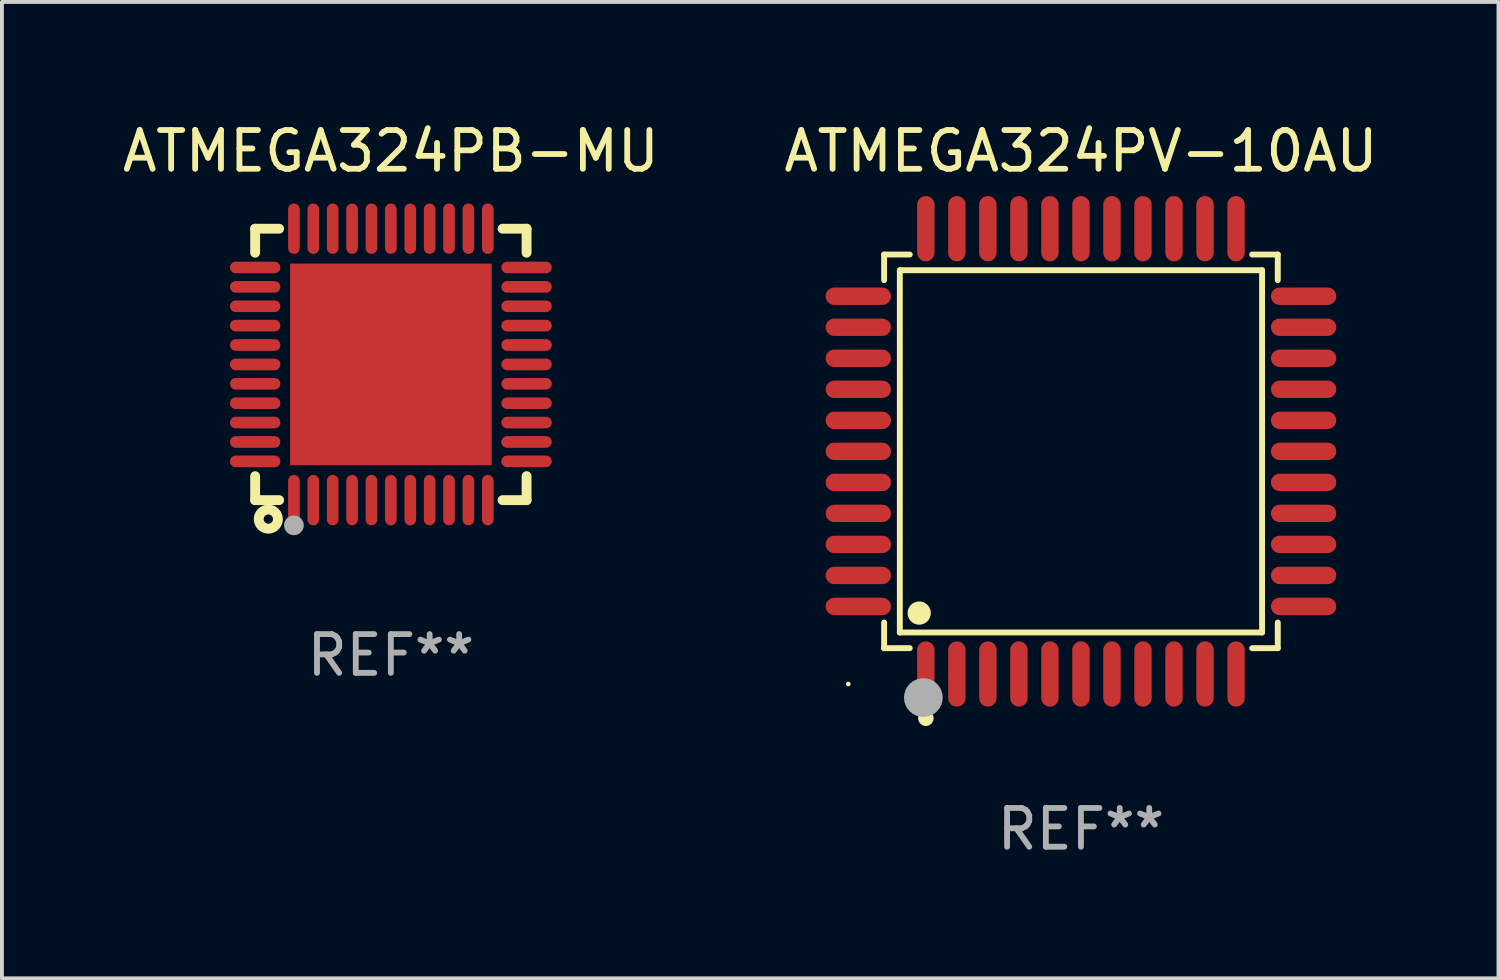
<source format=kicad_pcb>
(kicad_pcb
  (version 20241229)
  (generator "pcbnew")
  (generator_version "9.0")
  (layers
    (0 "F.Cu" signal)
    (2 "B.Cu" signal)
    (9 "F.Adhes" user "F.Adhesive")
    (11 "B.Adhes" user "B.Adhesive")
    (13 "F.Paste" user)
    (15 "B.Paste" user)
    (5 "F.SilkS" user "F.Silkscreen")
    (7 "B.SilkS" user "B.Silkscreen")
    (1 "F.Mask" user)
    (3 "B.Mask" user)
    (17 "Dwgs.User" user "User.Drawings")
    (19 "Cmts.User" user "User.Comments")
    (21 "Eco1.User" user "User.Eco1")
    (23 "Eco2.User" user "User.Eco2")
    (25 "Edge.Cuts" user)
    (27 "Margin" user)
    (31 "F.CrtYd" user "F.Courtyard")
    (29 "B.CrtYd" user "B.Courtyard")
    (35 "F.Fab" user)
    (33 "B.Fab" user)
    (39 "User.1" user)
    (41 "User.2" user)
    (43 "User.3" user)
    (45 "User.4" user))
  (footprint "ATMEGA324PB-MU"
    (layer "F.Cu")
    (at 7.03 6.348)
    (property "Reference" "ATMEGA324PB-MU" (at 0 -5.5 0) (layer "F.SilkS") (effects (font (size 1 1) (thickness 0.15))))
    (attr through_hole)
    (fp_line (start -3.5 -3.5) (end -2.881 -3.5) (stroke (width 0.254) (type solid)) (layer "F.SilkS"))
    (fp_line (start -3.5 -2.881) (end -3.5 -3.5) (stroke (width 0.254) (type solid)) (layer "F.SilkS"))
    (fp_line (start -3.5 3.5) (end -3.5 2.881) (stroke (width 0.254) (type solid)) (layer "F.SilkS"))
    (fp_line (start -2.881 3.5) (end -3.5 3.5) (stroke (width 0.254) (type solid)) (layer "F.SilkS"))
    (fp_line (start 2.881 -3.5) (end 3.5 -3.5) (stroke (width 0.254) (type solid)) (layer "F.SilkS"))
    (fp_line (start 3.5 -3.5) (end 3.5 -2.881) (stroke (width 0.254) (type solid)) (layer "F.SilkS"))
    (fp_line (start 3.5 2.881) (end 3.5 3.5) (stroke (width 0.254) (type solid)) (layer "F.SilkS"))
    (fp_line (start 3.5 3.5) (end 2.881 3.5) (stroke (width 0.254) (type solid)) (layer "F.SilkS"))
    (fp_circle (center -3.5 3.5) (end -3.47 3.5) (stroke (width 0.06) (type solid)) (fill no) (layer "F.SilkS"))
    (fp_circle (center -3.16 3.99) (end -3.04 3.99) (stroke (width 0.254) (type solid)) (fill no) (layer "F.SilkS"))
    (fp_circle (center -2.5 4.15) (end -2.373 4.15) (stroke (width 0.254) (type solid)) (fill no) (layer "F.Fab"))
    (fp_text user "REF**" (at 0 7.5 0) (layer "F.Fab") (effects (font (size 1 1) (thickness 0.15))))
    (pad "1" smd oval (at -2.5 3.5 90) (size 1.3 0.3) (layers "F.Cu" "F.Mask" "F.Paste"))
    (pad "2" smd oval (at -2 3.5 90) (size 1.3 0.3) (layers "F.Cu" "F.Mask" "F.Paste"))
    (pad "3" smd oval (at -1.5 3.5 90) (size 1.3 0.3) (layers "F.Cu" "F.Mask" "F.Paste"))
    (pad "4" smd oval (at -1 3.5 90) (size 1.3 0.3) (layers "F.Cu" "F.Mask" "F.Paste"))
    (pad "5" smd oval (at -0.5 3.5 90) (size 1.3 0.3) (layers "F.Cu" "F.Mask" "F.Paste"))
    (pad "6" smd oval (at -0.000127 3.5 90) (size 1.3 0.3) (layers "F.Cu" "F.Mask" "F.Paste"))
    (pad "7" smd oval (at 0.5 3.5 90) (size 1.3 0.3) (layers "F.Cu" "F.Mask" "F.Paste"))
    (pad "8" smd oval (at 1 3.5 90) (size 1.3 0.3) (layers "F.Cu" "F.Mask" "F.Paste"))
    (pad "9" smd oval (at 1.5 3.5 90) (size 1.3 0.3) (layers "F.Cu" "F.Mask" "F.Paste"))
    (pad "10" smd oval (at 2 3.5 90) (size 1.3 0.3) (layers "F.Cu" "F.Mask" "F.Paste"))
    (pad "11" smd oval (at 2.5 3.5 90) (size 1.3 0.3) (layers "F.Cu" "F.Mask" "F.Paste"))
    (pad "12" smd oval (at 3.5 2.5 90) (size 0.3 1.3) (layers "F.Cu" "F.Mask" "F.Paste"))
    (pad "13" smd oval (at 3.5 2 90) (size 0.3 1.3) (layers "F.Cu" "F.Mask" "F.Paste"))
    (pad "14" smd oval (at 3.5 1.5 90) (size 0.3 1.3) (layers "F.Cu" "F.Mask" "F.Paste"))
    (pad "15" smd oval (at 3.5 1 90) (size 0.3 1.3) (layers "F.Cu" "F.Mask" "F.Paste"))
    (pad "16" smd oval (at 3.5 0.5 90) (size 0.3 1.3) (layers "F.Cu" "F.Mask" "F.Paste"))
    (pad "17" smd oval (at 3.5 0.000127 90) (size 0.3 1.3) (layers "F.Cu" "F.Mask" "F.Paste"))
    (pad "18" smd oval (at 3.5 -0.5 90) (size 0.3 1.3) (layers "F.Cu" "F.Mask" "F.Paste"))
    (pad "19" smd oval (at 3.5 -1 90) (size 0.3 1.3) (layers "F.Cu" "F.Mask" "F.Paste"))
    (pad "20" smd oval (at 3.5 -1.5 90) (size 0.3 1.3) (layers "F.Cu" "F.Mask" "F.Paste"))
    (pad "21" smd oval (at 3.5 -2 90) (size 0.3 1.3) (layers "F.Cu" "F.Mask" "F.Paste"))
    (pad "22" smd oval (at 3.5 -2.5 90) (size 0.3 1.3) (layers "F.Cu" "F.Mask" "F.Paste"))
    (pad "23" smd oval (at 2.5 -3.5 90) (size 1.3 0.3) (layers "F.Cu" "F.Mask" "F.Paste"))
    (pad "24" smd oval (at 2 -3.5 90) (size 1.3 0.3) (layers "F.Cu" "F.Mask" "F.Paste"))
    (pad "25" smd oval (at 1.5 -3.5 90) (size 1.3 0.3) (layers "F.Cu" "F.Mask" "F.Paste"))
    (pad "26" smd oval (at 1 -3.5 90) (size 1.3 0.3) (layers "F.Cu" "F.Mask" "F.Paste"))
    (pad "27" smd oval (at 0.5 -3.5 90) (size 1.3 0.3) (layers "F.Cu" "F.Mask" "F.Paste"))
    (pad "28" smd oval (at -0.000127 -3.5 90) (size 1.3 0.3) (layers "F.Cu" "F.Mask" "F.Paste"))
    (pad "29" smd oval (at -0.5 -3.5 90) (size 1.3 0.3) (layers "F.Cu" "F.Mask" "F.Paste"))
    (pad "30" smd oval (at -1 -3.5 90) (size 1.3 0.3) (layers "F.Cu" "F.Mask" "F.Paste"))
    (pad "31" smd oval (at -1.5 -3.5 90) (size 1.3 0.3) (layers "F.Cu" "F.Mask" "F.Paste"))
    (pad "32" smd oval (at -2 -3.5 90) (size 1.3 0.3) (layers "F.Cu" "F.Mask" "F.Paste"))
    (pad "33" smd oval (at -2.5 -3.5 90) (size 1.3 0.3) (layers "F.Cu" "F.Mask" "F.Paste"))
    (pad "34" smd oval (at -3.5 -2.5 90) (size 0.3 1.3) (layers "F.Cu" "F.Mask" "F.Paste"))
    (pad "35" smd oval (at -3.5 -2 90) (size 0.3 1.3) (layers "F.Cu" "F.Mask" "F.Paste"))
    (pad "36" smd oval (at -3.5 -1.5 90) (size 0.3 1.3) (layers "F.Cu" "F.Mask" "F.Paste"))
    (pad "37" smd oval (at -3.5 -1 90) (size 0.3 1.3) (layers "F.Cu" "F.Mask" "F.Paste"))
    (pad "38" smd oval (at -3.5 -0.5 90) (size 0.3 1.3) (layers "F.Cu" "F.Mask" "F.Paste"))
    (pad "39" smd oval (at -3.5 0.000127 90) (size 0.3 1.3) (layers "F.Cu" "F.Mask" "F.Paste"))
    (pad "40" smd oval (at -3.5 0.5 90) (size 0.3 1.3) (layers "F.Cu" "F.Mask" "F.Paste"))
    (pad "41" smd oval (at -3.5 1 90) (size 0.3 1.3) (layers "F.Cu" "F.Mask" "F.Paste"))
    (pad "42" smd oval (at -3.5 1.5 90) (size 0.3 1.3) (layers "F.Cu" "F.Mask" "F.Paste"))
    (pad "43" smd oval (at -3.5 2 90) (size 0.3 1.3) (layers "F.Cu" "F.Mask" "F.Paste"))
    (pad "44" smd oval (at -3.5 2.5 90) (size 0.3 1.3) (layers "F.Cu" "F.Mask" "F.Paste"))
    (pad "45" smd rect (at -0.000127 0.000127 90) (size 5.2 5.2) (layers "F.Cu" "F.Mask" "F.Paste")))
  (footprint "ATMEGA324PV-10AU"
    (layer "F.Cu")
    (at 24.827 8.59)
    (property "Reference" "ATMEGA324PV-10AU" (at 0 -7.742 0) (layer "F.SilkS") (effects (font (size 1 1) (thickness 0.15))))
    (attr through_hole)
    (fp_line (start -5.076 -5.076) (end -4.415 -5.076) (stroke (width 0.152) (type solid)) (layer "F.SilkS"))
    (fp_line (start -5.076 -4.415) (end -5.076 -5.076) (stroke (width 0.152) (type solid)) (layer "F.SilkS"))
    (fp_line (start -5.076 4.415) (end -5.076 5.076) (stroke (width 0.152) (type solid)) (layer "F.SilkS"))
    (fp_line (start -5.076 5.076) (end -4.415 5.076) (stroke (width 0.152) (type solid)) (layer "F.SilkS"))
    (fp_line (start -4.671 -4.671) (end 4.671 -4.671) (stroke (width 0.152) (type solid)) (layer "F.SilkS"))
    (fp_line (start -4.671 4.671) (end -4.671 -4.671) (stroke (width 0.152) (type solid)) (layer "F.SilkS"))
    (fp_line (start 4.671 -4.671) (end 4.671 4.671) (stroke (width 0.152) (type solid)) (layer "F.SilkS"))
    (fp_line (start 4.671 4.671) (end -4.671 4.671) (stroke (width 0.152) (type solid)) (layer "F.SilkS"))
    (fp_line (start 5.076 -5.076) (end 4.415 -5.076) (stroke (width 0.152) (type solid)) (layer "F.SilkS"))
    (fp_line (start 5.076 -4.415) (end 5.076 -5.076) (stroke (width 0.152) (type solid)) (layer "F.SilkS"))
    (fp_line (start 5.076 4.415) (end 5.076 5.076) (stroke (width 0.152) (type solid)) (layer "F.SilkS"))
    (fp_line (start 5.076 5.076) (end 4.415 5.076) (stroke (width 0.152) (type solid)) (layer "F.SilkS"))
    (fp_circle (center -6 6) (end -5.97 6) (stroke (width 0.06) (type solid)) (fill no) (layer "F.SilkS"))
    (fp_circle (center -4.171 4.171) (end -4.021 4.171) (stroke (width 0.3) (type solid)) (fill no) (layer "F.SilkS"))
    (fp_circle (center -4 6.884) (end -3.9 6.884) (stroke (width 0.2) (type solid)) (fill no) (layer "F.SilkS"))
    (fp_circle (center -4.064 6.35) (end -3.814 6.35) (stroke (width 0.5) (type solid)) (fill no) (layer "F.Fab"))
    (fp_text user "REF**" (at 0 9.742 0) (layer "F.Fab") (effects (font (size 1 1) (thickness 0.15))))
    (pad "1" smd oval (at -4 5.742) (size 0.448 1.684) (layers "F.Cu" "F.Mask" "F.Paste"))
    (pad "2" smd oval (at -3.2 5.742) (size 0.448 1.684) (layers "F.Cu" "F.Mask" "F.Paste"))
    (pad "3" smd oval (at -2.4 5.742) (size 0.448 1.684) (layers "F.Cu" "F.Mask" "F.Paste"))
    (pad "4" smd oval (at -1.6 5.742) (size 0.448 1.684) (layers "F.Cu" "F.Mask" "F.Paste"))
    (pad "5" smd oval (at -0.8 5.742) (size 0.448 1.684) (layers "F.Cu" "F.Mask" "F.Paste"))
    (pad "6" smd oval (at 0 5.742) (size 0.448 1.684) (layers "F.Cu" "F.Mask" "F.Paste"))
    (pad "7" smd oval (at 0.8 5.742) (size 0.448 1.684) (layers "F.Cu" "F.Mask" "F.Paste"))
    (pad "8" smd oval (at 1.6 5.742) (size 0.448 1.684) (layers "F.Cu" "F.Mask" "F.Paste"))
    (pad "9" smd oval (at 2.4 5.742) (size 0.448 1.684) (layers "F.Cu" "F.Mask" "F.Paste"))
    (pad "10" smd oval (at 3.2 5.742) (size 0.448 1.684) (layers "F.Cu" "F.Mask" "F.Paste"))
    (pad "11" smd oval (at 4 5.742) (size 0.448 1.684) (layers "F.Cu" "F.Mask" "F.Paste"))
    (pad "12" smd oval (at 5.742 4) (size 1.684 0.448) (layers "F.Cu" "F.Mask" "F.Paste"))
    (pad "13" smd oval (at 5.742 3.2) (size 1.684 0.448) (layers "F.Cu" "F.Mask" "F.Paste"))
    (pad "14" smd oval (at 5.742 2.4) (size 1.684 0.448) (layers "F.Cu" "F.Mask" "F.Paste"))
    (pad "15" smd oval (at 5.742 1.6) (size 1.684 0.448) (layers "F.Cu" "F.Mask" "F.Paste"))
    (pad "16" smd oval (at 5.742 0.8) (size 1.684 0.448) (layers "F.Cu" "F.Mask" "F.Paste"))
    (pad "17" smd oval (at 5.742 0) (size 1.684 0.448) (layers "F.Cu" "F.Mask" "F.Paste"))
    (pad "18" smd oval (at 5.742 -0.8) (size 1.684 0.448) (layers "F.Cu" "F.Mask" "F.Paste"))
    (pad "19" smd oval (at 5.742 -1.6) (size 1.684 0.448) (layers "F.Cu" "F.Mask" "F.Paste"))
    (pad "20" smd oval (at 5.742 -2.4) (size 1.684 0.448) (layers "F.Cu" "F.Mask" "F.Paste"))
    (pad "21" smd oval (at 5.742 -3.2) (size 1.684 0.448) (layers "F.Cu" "F.Mask" "F.Paste"))
    (pad "22" smd oval (at 5.742 -4) (size 1.684 0.448) (layers "F.Cu" "F.Mask" "F.Paste"))
    (pad "23" smd oval (at 4 -5.742) (size 0.448 1.684) (layers "F.Cu" "F.Mask" "F.Paste"))
    (pad "24" smd oval (at 3.2 -5.742) (size 0.448 1.684) (layers "F.Cu" "F.Mask" "F.Paste"))
    (pad "25" smd oval (at 2.4 -5.742) (size 0.448 1.684) (layers "F.Cu" "F.Mask" "F.Paste"))
    (pad "26" smd oval (at 1.6 -5.742) (size 0.448 1.684) (layers "F.Cu" "F.Mask" "F.Paste"))
    (pad "27" smd oval (at 0.8 -5.742) (size 0.448 1.684) (layers "F.Cu" "F.Mask" "F.Paste"))
    (pad "28" smd oval (at 0 -5.742) (size 0.448 1.684) (layers "F.Cu" "F.Mask" "F.Paste"))
    (pad "29" smd oval (at -0.8 -5.742) (size 0.448 1.684) (layers "F.Cu" "F.Mask" "F.Paste"))
    (pad "30" smd oval (at -1.6 -5.742) (size 0.448 1.684) (layers "F.Cu" "F.Mask" "F.Paste"))
    (pad "31" smd oval (at -2.4 -5.742) (size 0.448 1.684) (layers "F.Cu" "F.Mask" "F.Paste"))
    (pad "32" smd oval (at -3.2 -5.742) (size 0.448 1.684) (layers "F.Cu" "F.Mask" "F.Paste"))
    (pad "33" smd oval (at -4 -5.742) (size 0.448 1.684) (layers "F.Cu" "F.Mask" "F.Paste"))
    (pad "34" smd oval (at -5.742 -4) (size 1.684 0.448) (layers "F.Cu" "F.Mask" "F.Paste"))
    (pad "35" smd oval (at -5.742 -3.2) (size 1.684 0.448) (layers "F.Cu" "F.Mask" "F.Paste"))
    (pad "36" smd oval (at -5.742 -2.4) (size 1.684 0.448) (layers "F.Cu" "F.Mask" "F.Paste"))
    (pad "37" smd oval (at -5.742 -1.6) (size 1.684 0.448) (layers "F.Cu" "F.Mask" "F.Paste"))
    (pad "38" smd oval (at -5.742 -0.8) (size 1.684 0.448) (layers "F.Cu" "F.Mask" "F.Paste"))
    (pad "39" smd oval (at -5.742 0) (size 1.684 0.448) (layers "F.Cu" "F.Mask" "F.Paste"))
    (pad "40" smd oval (at -5.742 0.8) (size 1.684 0.448) (layers "F.Cu" "F.Mask" "F.Paste"))
    (pad "41" smd oval (at -5.742 1.6) (size 1.684 0.448) (layers "F.Cu" "F.Mask" "F.Paste"))
    (pad "42" smd oval (at -5.742 2.4) (size 1.684 0.448) (layers "F.Cu" "F.Mask" "F.Paste"))
    (pad "43" smd oval (at -5.742 3.2) (size 1.684 0.448) (layers "F.Cu" "F.Mask" "F.Paste"))
    (pad "44" smd oval (at -5.742 4) (size 1.684 0.448) (layers "F.Cu" "F.Mask" "F.Paste")))
  (gr_rect
    (start -3 -3)
    (end 35.595 22.18)
    (stroke (width 0.1) (type default))
    (fill no)
    (layer "Edge.Cuts")))
</source>
